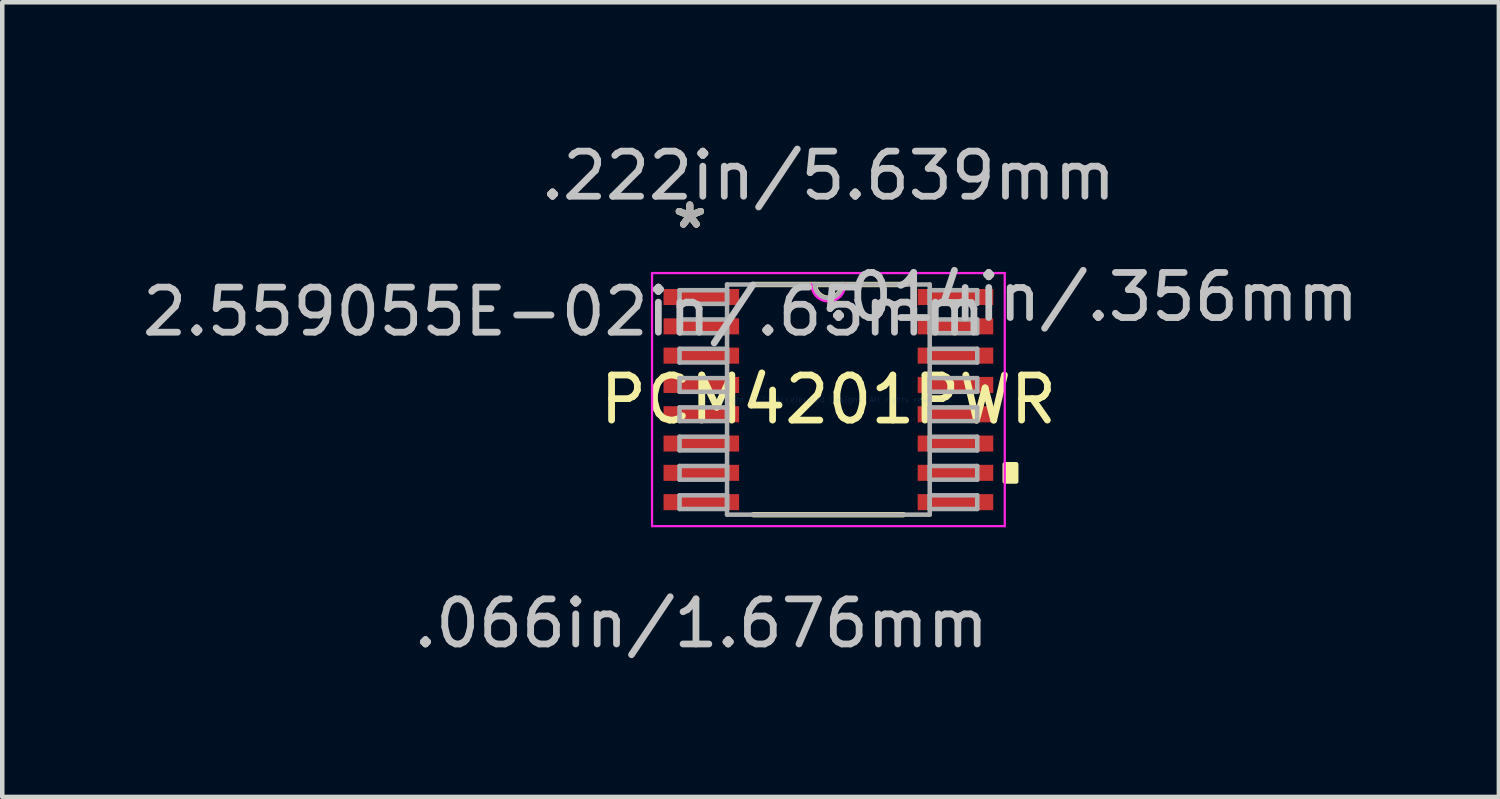
<source format=kicad_pcb>
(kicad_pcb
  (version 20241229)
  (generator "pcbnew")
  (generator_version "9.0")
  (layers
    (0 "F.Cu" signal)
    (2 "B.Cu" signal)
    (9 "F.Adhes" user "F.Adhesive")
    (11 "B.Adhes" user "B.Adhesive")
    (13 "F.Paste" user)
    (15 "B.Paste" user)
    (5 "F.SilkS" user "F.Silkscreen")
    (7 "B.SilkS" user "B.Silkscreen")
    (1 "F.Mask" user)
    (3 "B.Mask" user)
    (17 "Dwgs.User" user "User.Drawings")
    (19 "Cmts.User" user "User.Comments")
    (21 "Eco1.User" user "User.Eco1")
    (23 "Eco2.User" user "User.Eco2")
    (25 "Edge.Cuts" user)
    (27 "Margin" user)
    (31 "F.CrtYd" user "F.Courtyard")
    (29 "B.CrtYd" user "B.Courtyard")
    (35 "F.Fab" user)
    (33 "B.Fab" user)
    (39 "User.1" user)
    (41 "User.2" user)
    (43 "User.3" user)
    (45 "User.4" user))
  (footprint "PCM4201PWR"
    (layer "F.Cu")
    (at 15.326 5.814)
    (property "Reference" "PCM4201PWR" (at 0 0 0) (layer "F.SilkS") (effects (font (size 1 1) (thickness 0.15))))
    (attr through_hole)
    (fp_line (start -1.664 2.553) (end 1.664 2.553) (stroke (width 0.12) (type solid)) (layer "F.SilkS"))
    (fp_line (start 1.664 -2.553) (end -1.664 -2.553) (stroke (width 0.12) (type solid)) (layer "F.SilkS"))
    (fp_arc (start 0.3048 -2.5527) (mid 0 -2.2479) (end -0.3048 -2.5527) (stroke (width 0.12) (type solid)) (layer "F.SilkS"))
    (fp_poly (pts (xy 4.166 1.435) (xy 4.166 1.816) (xy 3.912 1.816) (xy 3.912 1.435)) (stroke (width 0.1) (type solid)) (fill yes) (layer "F.SilkS"))
    (fp_line (start -3.912 -2.807) (end 3.912 -2.807) (stroke (width 0.05) (type solid)) (layer "F.CrtYd"))
    (fp_line (start -3.912 2.807) (end -3.912 -2.807) (stroke (width 0.05) (type solid)) (layer "F.CrtYd"))
    (fp_line (start 3.912 -2.807) (end 3.912 2.807) (stroke (width 0.05) (type solid)) (layer "F.CrtYd"))
    (fp_line (start 3.912 2.807) (end -3.912 2.807) (stroke (width 0.05) (type solid)) (layer "F.CrtYd"))
    (fp_arc (start 0.37465 -2.5527) (mid 0 -2.17805) (end -0.37465 -2.5527) (stroke (width 0.05) (type solid)) (layer "F.CrtYd"))
    (fp_line (start -3.302 -2.427) (end -3.302 -2.123) (stroke (width 0.1) (type solid)) (layer "F.Fab"))
    (fp_line (start -3.302 -2.123) (end -2.248 -2.123) (stroke (width 0.1) (type solid)) (layer "F.Fab"))
    (fp_line (start -3.302 -1.777) (end -3.302 -1.473) (stroke (width 0.1) (type solid)) (layer "F.Fab"))
    (fp_line (start -3.302 -1.473) (end -2.248 -1.473) (stroke (width 0.1) (type solid)) (layer "F.Fab"))
    (fp_line (start -3.302 -1.127) (end -3.302 -0.823) (stroke (width 0.1) (type solid)) (layer "F.Fab"))
    (fp_line (start -3.302 -0.823) (end -2.248 -0.823) (stroke (width 0.1) (type solid)) (layer "F.Fab"))
    (fp_line (start -3.302 -0.477) (end -3.302 -0.173) (stroke (width 0.1) (type solid)) (layer "F.Fab"))
    (fp_line (start -3.302 -0.173) (end -2.248 -0.173) (stroke (width 0.1) (type solid)) (layer "F.Fab"))
    (fp_line (start -3.302 0.173) (end -3.302 0.477) (stroke (width 0.1) (type solid)) (layer "F.Fab"))
    (fp_line (start -3.302 0.477) (end -2.248 0.477) (stroke (width 0.1) (type solid)) (layer "F.Fab"))
    (fp_line (start -3.302 0.823) (end -3.302 1.127) (stroke (width 0.1) (type solid)) (layer "F.Fab"))
    (fp_line (start -3.302 1.127) (end -2.248 1.127) (stroke (width 0.1) (type solid)) (layer "F.Fab"))
    (fp_line (start -3.302 1.473) (end -3.302 1.777) (stroke (width 0.1) (type solid)) (layer "F.Fab"))
    (fp_line (start -3.302 1.777) (end -2.248 1.777) (stroke (width 0.1) (type solid)) (layer "F.Fab"))
    (fp_line (start -3.302 2.123) (end -3.302 2.427) (stroke (width 0.1) (type solid)) (layer "F.Fab"))
    (fp_line (start -3.302 2.427) (end -2.248 2.427) (stroke (width 0.1) (type solid)) (layer "F.Fab"))
    (fp_line (start -2.248 -2.553) (end -2.248 2.553) (stroke (width 0.1) (type solid)) (layer "F.Fab"))
    (fp_line (start -2.248 -2.427) (end -3.302 -2.427) (stroke (width 0.1) (type solid)) (layer "F.Fab"))
    (fp_line (start -2.248 -2.123) (end -2.248 -2.427) (stroke (width 0.1) (type solid)) (layer "F.Fab"))
    (fp_line (start -2.248 -1.777) (end -3.302 -1.777) (stroke (width 0.1) (type solid)) (layer "F.Fab"))
    (fp_line (start -2.248 -1.473) (end -2.248 -1.777) (stroke (width 0.1) (type solid)) (layer "F.Fab"))
    (fp_line (start -2.248 -1.127) (end -3.302 -1.127) (stroke (width 0.1) (type solid)) (layer "F.Fab"))
    (fp_line (start -2.248 -0.823) (end -2.248 -1.127) (stroke (width 0.1) (type solid)) (layer "F.Fab"))
    (fp_line (start -2.248 -0.477) (end -3.302 -0.477) (stroke (width 0.1) (type solid)) (layer "F.Fab"))
    (fp_line (start -2.248 -0.173) (end -2.248 -0.477) (stroke (width 0.1) (type solid)) (layer "F.Fab"))
    (fp_line (start -2.248 0.173) (end -3.302 0.173) (stroke (width 0.1) (type solid)) (layer "F.Fab"))
    (fp_line (start -2.248 0.477) (end -2.248 0.173) (stroke (width 0.1) (type solid)) (layer "F.Fab"))
    (fp_line (start -2.248 0.823) (end -3.302 0.823) (stroke (width 0.1) (type solid)) (layer "F.Fab"))
    (fp_line (start -2.248 1.127) (end -2.248 0.823) (stroke (width 0.1) (type solid)) (layer "F.Fab"))
    (fp_line (start -2.248 1.473) (end -3.302 1.473) (stroke (width 0.1) (type solid)) (layer "F.Fab"))
    (fp_line (start -2.248 1.777) (end -2.248 1.473) (stroke (width 0.1) (type solid)) (layer "F.Fab"))
    (fp_line (start -2.248 2.123) (end -3.302 2.123) (stroke (width 0.1) (type solid)) (layer "F.Fab"))
    (fp_line (start -2.248 2.427) (end -2.248 2.123) (stroke (width 0.1) (type solid)) (layer "F.Fab"))
    (fp_line (start -2.248 2.553) (end 2.248 2.553) (stroke (width 0.1) (type solid)) (layer "F.Fab"))
    (fp_line (start 2.248 -2.553) (end -2.248 -2.553) (stroke (width 0.1) (type solid)) (layer "F.Fab"))
    (fp_line (start 2.248 -2.427) (end 2.248 -2.123) (stroke (width 0.1) (type solid)) (layer "F.Fab"))
    (fp_line (start 2.248 -2.123) (end 3.302 -2.123) (stroke (width 0.1) (type solid)) (layer "F.Fab"))
    (fp_line (start 2.248 -1.777) (end 2.248 -1.473) (stroke (width 0.1) (type solid)) (layer "F.Fab"))
    (fp_line (start 2.248 -1.473) (end 3.302 -1.473) (stroke (width 0.1) (type solid)) (layer "F.Fab"))
    (fp_line (start 2.248 -1.127) (end 2.248 -0.823) (stroke (width 0.1) (type solid)) (layer "F.Fab"))
    (fp_line (start 2.248 -0.823) (end 3.302 -0.823) (stroke (width 0.1) (type solid)) (layer "F.Fab"))
    (fp_line (start 2.248 -0.477) (end 2.248 -0.173) (stroke (width 0.1) (type solid)) (layer "F.Fab"))
    (fp_line (start 2.248 -0.173) (end 3.302 -0.173) (stroke (width 0.1) (type solid)) (layer "F.Fab"))
    (fp_line (start 2.248 0.173) (end 2.248 0.477) (stroke (width 0.1) (type solid)) (layer "F.Fab"))
    (fp_line (start 2.248 0.477) (end 3.302 0.477) (stroke (width 0.1) (type solid)) (layer "F.Fab"))
    (fp_line (start 2.248 0.823) (end 2.248 1.127) (stroke (width 0.1) (type solid)) (layer "F.Fab"))
    (fp_line (start 2.248 1.127) (end 3.302 1.127) (stroke (width 0.1) (type solid)) (layer "F.Fab"))
    (fp_line (start 2.248 1.473) (end 2.248 1.777) (stroke (width 0.1) (type solid)) (layer "F.Fab"))
    (fp_line (start 2.248 1.777) (end 3.302 1.777) (stroke (width 0.1) (type solid)) (layer "F.Fab"))
    (fp_line (start 2.248 2.123) (end 2.248 2.427) (stroke (width 0.1) (type solid)) (layer "F.Fab"))
    (fp_line (start 2.248 2.427) (end 3.302 2.427) (stroke (width 0.1) (type solid)) (layer "F.Fab"))
    (fp_line (start 2.248 2.553) (end 2.248 -2.553) (stroke (width 0.1) (type solid)) (layer "F.Fab"))
    (fp_line (start 3.302 -2.427) (end 2.248 -2.427) (stroke (width 0.1) (type solid)) (layer "F.Fab"))
    (fp_line (start 3.302 -2.123) (end 3.302 -2.427) (stroke (width 0.1) (type solid)) (layer "F.Fab"))
    (fp_line (start 3.302 -1.777) (end 2.248 -1.777) (stroke (width 0.1) (type solid)) (layer "F.Fab"))
    (fp_line (start 3.302 -1.473) (end 3.302 -1.777) (stroke (width 0.1) (type solid)) (layer "F.Fab"))
    (fp_line (start 3.302 -1.127) (end 2.248 -1.127) (stroke (width 0.1) (type solid)) (layer "F.Fab"))
    (fp_line (start 3.302 -0.823) (end 3.302 -1.127) (stroke (width 0.1) (type solid)) (layer "F.Fab"))
    (fp_line (start 3.302 -0.477) (end 2.248 -0.477) (stroke (width 0.1) (type solid)) (layer "F.Fab"))
    (fp_line (start 3.302 -0.173) (end 3.302 -0.477) (stroke (width 0.1) (type solid)) (layer "F.Fab"))
    (fp_line (start 3.302 0.173) (end 2.248 0.173) (stroke (width 0.1) (type solid)) (layer "F.Fab"))
    (fp_line (start 3.302 0.477) (end 3.302 0.173) (stroke (width 0.1) (type solid)) (layer "F.Fab"))
    (fp_line (start 3.302 0.823) (end 2.248 0.823) (stroke (width 0.1) (type solid)) (layer "F.Fab"))
    (fp_line (start 3.302 1.127) (end 3.302 0.823) (stroke (width 0.1) (type solid)) (layer "F.Fab"))
    (fp_line (start 3.302 1.473) (end 2.248 1.473) (stroke (width 0.1) (type solid)) (layer "F.Fab"))
    (fp_line (start 3.302 1.777) (end 3.302 1.473) (stroke (width 0.1) (type solid)) (layer "F.Fab"))
    (fp_line (start 3.302 2.123) (end 2.248 2.123) (stroke (width 0.1) (type solid)) (layer "F.Fab"))
    (fp_line (start 3.302 2.427) (end 3.302 2.123) (stroke (width 0.1) (type solid)) (layer "F.Fab"))
    (fp_arc (start 0.3048 -2.5527) (mid 0 -2.2479) (end -0.3048 -2.5527) (stroke (width 0.1) (type solid)) (layer "F.Fab"))
    (fp_text user "*" (at -3.073 -3.774 0) (layer "F.SilkS") (effects (font (size 1 1) (thickness 0.15))))
    (fp_text user "*" (at -3.073 -3.774 0) (layer "F.SilkS") (effects (font (size 1 1) (thickness 0.15))))
    (fp_text user ".222in/5.639mm" (at 0 -4.966 0) (layer "Dwgs.User") (effects (font (size 1 1) (thickness 0.15))))
    (fp_text user ".066in/1.676mm" (at -2.819 4.966 0) (layer "Dwgs.User") (effects (font (size 1 1) (thickness 0.15))))
    (fp_text user ".014in/.356mm" (at 5.867 -2.275 0) (layer "Dwgs.User") (effects (font (size 1 1) (thickness 0.15))))
    (fp_text user "2.559055E-02in/.65mm" (at -5.867 -1.95 0) (layer "Dwgs.User") (effects (font (size 1 1) (thickness 0.15))))
    (fp_text user "Copyright 2021 Accelerated Designs. All rights reserved." (at 0 0 0) (layer "Cmts.User") (effects (font (size 0.127 0.127) (thickness 0.002))))
    (fp_text user "*" (at -3.073 -3.774 0) (layer "F.Fab") (effects (font (size 1 1) (thickness 0.15))))
    (fp_text user "*" (at -3.073 -3.774 0) (layer "F.Fab") (effects (font (size 1 1) (thickness 0.15))))
    (pad "1" smd rect (at -2.819 -2.275) (size 1.676 0.356) (layers "F.Cu" "F.Mask" "F.Paste"))
    (pad "2" smd rect (at -2.819 -1.625) (size 1.676 0.356) (layers "F.Cu" "F.Mask" "F.Paste"))
    (pad "3" smd rect (at -2.819 -0.975) (size 1.676 0.356) (layers "F.Cu" "F.Mask" "F.Paste"))
    (pad "4" smd rect (at -2.819 -0.325) (size 1.676 0.356) (layers "F.Cu" "F.Mask" "F.Paste"))
    (pad "5" smd rect (at -2.819 0.325) (size 1.676 0.356) (layers "F.Cu" "F.Mask" "F.Paste"))
    (pad "6" smd rect (at -2.819 0.975) (size 1.676 0.356) (layers "F.Cu" "F.Mask" "F.Paste"))
    (pad "7" smd rect (at -2.819 1.625) (size 1.676 0.356) (layers "F.Cu" "F.Mask" "F.Paste"))
    (pad "8" smd rect (at -2.819 2.275) (size 1.676 0.356) (layers "F.Cu" "F.Mask" "F.Paste"))
    (pad "9" smd rect (at 2.819 2.275) (size 1.676 0.356) (layers "F.Cu" "F.Mask" "F.Paste"))
    (pad "10" smd rect (at 2.819 1.625) (size 1.676 0.356) (layers "F.Cu" "F.Mask" "F.Paste"))
    (pad "11" smd rect (at 2.819 0.975) (size 1.676 0.356) (layers "F.Cu" "F.Mask" "F.Paste"))
    (pad "12" smd rect (at 2.819 0.325) (size 1.676 0.356) (layers "F.Cu" "F.Mask" "F.Paste"))
    (pad "13" smd rect (at 2.819 -0.325) (size 1.676 0.356) (layers "F.Cu" "F.Mask" "F.Paste"))
    (pad "14" smd rect (at 2.819 -0.975) (size 1.676 0.356) (layers "F.Cu" "F.Mask" "F.Paste"))
    (pad "15" smd rect (at 2.819 -1.625) (size 1.676 0.356) (layers "F.Cu" "F.Mask" "F.Paste"))
    (pad "16" smd rect (at 2.819 -2.275) (size 1.676 0.356) (layers "F.Cu" "F.Mask" "F.Paste")))
  (gr_rect
    (start -3 -3)
    (end 30.199 14.628)
    (stroke (width 0.1) (type default))
    (fill no)
    (layer "Edge.Cuts")))
</source>
